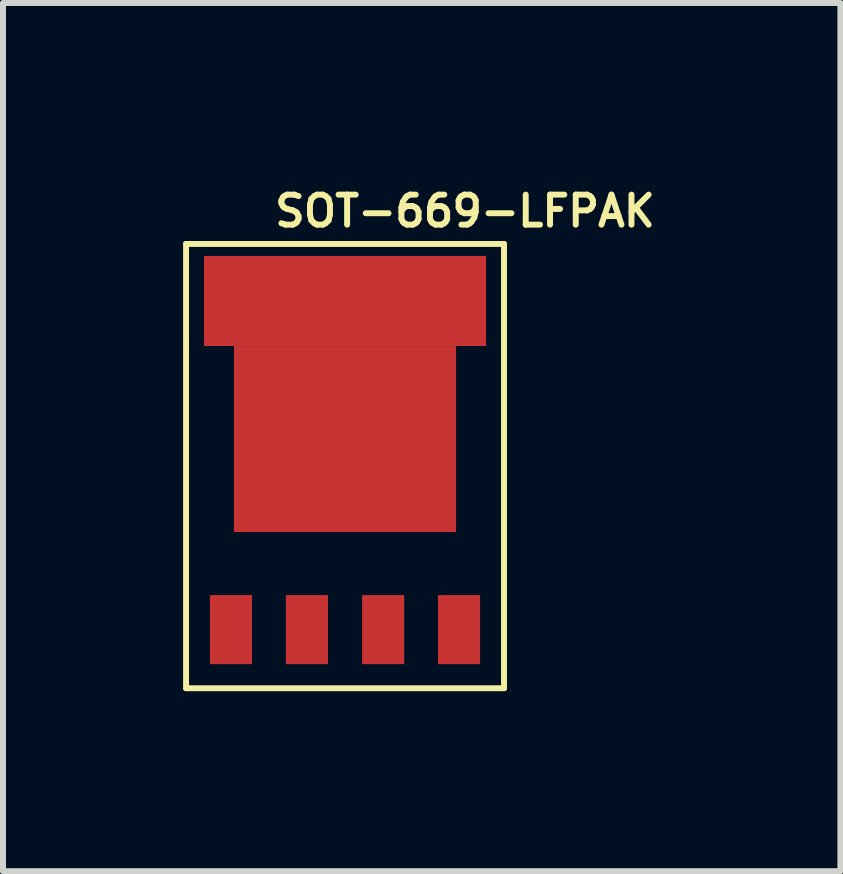
<source format=kicad_pcb>
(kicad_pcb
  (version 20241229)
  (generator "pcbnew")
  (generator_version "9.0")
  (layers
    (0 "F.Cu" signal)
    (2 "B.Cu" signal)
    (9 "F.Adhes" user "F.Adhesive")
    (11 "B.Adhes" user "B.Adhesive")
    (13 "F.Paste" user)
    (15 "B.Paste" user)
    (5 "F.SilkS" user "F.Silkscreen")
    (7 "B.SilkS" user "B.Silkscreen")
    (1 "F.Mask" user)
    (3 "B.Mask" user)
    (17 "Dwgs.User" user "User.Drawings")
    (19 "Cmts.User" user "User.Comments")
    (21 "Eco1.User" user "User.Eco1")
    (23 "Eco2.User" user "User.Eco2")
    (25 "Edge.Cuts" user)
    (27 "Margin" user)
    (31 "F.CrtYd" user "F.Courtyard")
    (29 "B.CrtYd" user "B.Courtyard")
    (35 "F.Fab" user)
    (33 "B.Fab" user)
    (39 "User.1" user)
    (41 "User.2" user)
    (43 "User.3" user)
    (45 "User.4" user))
  (footprint "SOT-669-LFPAK"
    (layer "F.Cu")
    (at 2.699 4.716)
    (property "Reference" "SOT-669-LFPAK" (at 1.999 -4.249 0) (layer "F.SilkS") (effects (font (size 0.5 0.5) (thickness 0.099))))
    (attr smd)
    (fp_line (start -2.649 -3.701) (end 2.649 -3.701) (stroke (width 0.099) (type solid)) (layer "F.SilkS"))
    (fp_line (start -2.649 3.701) (end -2.649 -3.701) (stroke (width 0.099) (type solid)) (layer "F.SilkS"))
    (fp_line (start -2.649 3.701) (end 2.649 3.701) (stroke (width 0.099) (type solid)) (layer "F.SilkS"))
    (fp_line (start 2.649 3.701) (end 2.649 -3.701) (stroke (width 0.099) (type solid)) (layer "F.SilkS"))
    (pad "1" smd rect (at 1.9 2.725) (size 0.701 1.151) (layers "F.Cu" "F.Mask" "F.Paste"))
    (pad "2" smd rect (at -1.9 2.725) (size 0.701 1.151) (layers "F.Cu" "F.Mask" "F.Paste"))
    (pad "2" smd rect (at -0.635 2.725) (size 0.701 1.151) (layers "F.Cu" "F.Mask" "F.Paste"))
    (pad "2" smd rect (at 0.635 2.725) (size 0.701 1.151) (layers "F.Cu" "F.Mask" "F.Paste"))
    (pad "3" smd rect (at 0 -2.751) (size 4.699 1.501) (layers "F.Cu" "F.Mask" "F.Paste"))
    (pad "3" smd rect (at 0 -0.45) (size 3.701 3.099) (layers "F.Cu" "F.Mask" "F.Paste")))
  (gr_rect
    (start -3 -3)
    (end 10.953 11.466)
    (stroke (width 0.1) (type default))
    (fill no)
    (layer "Edge.Cuts")))
</source>
